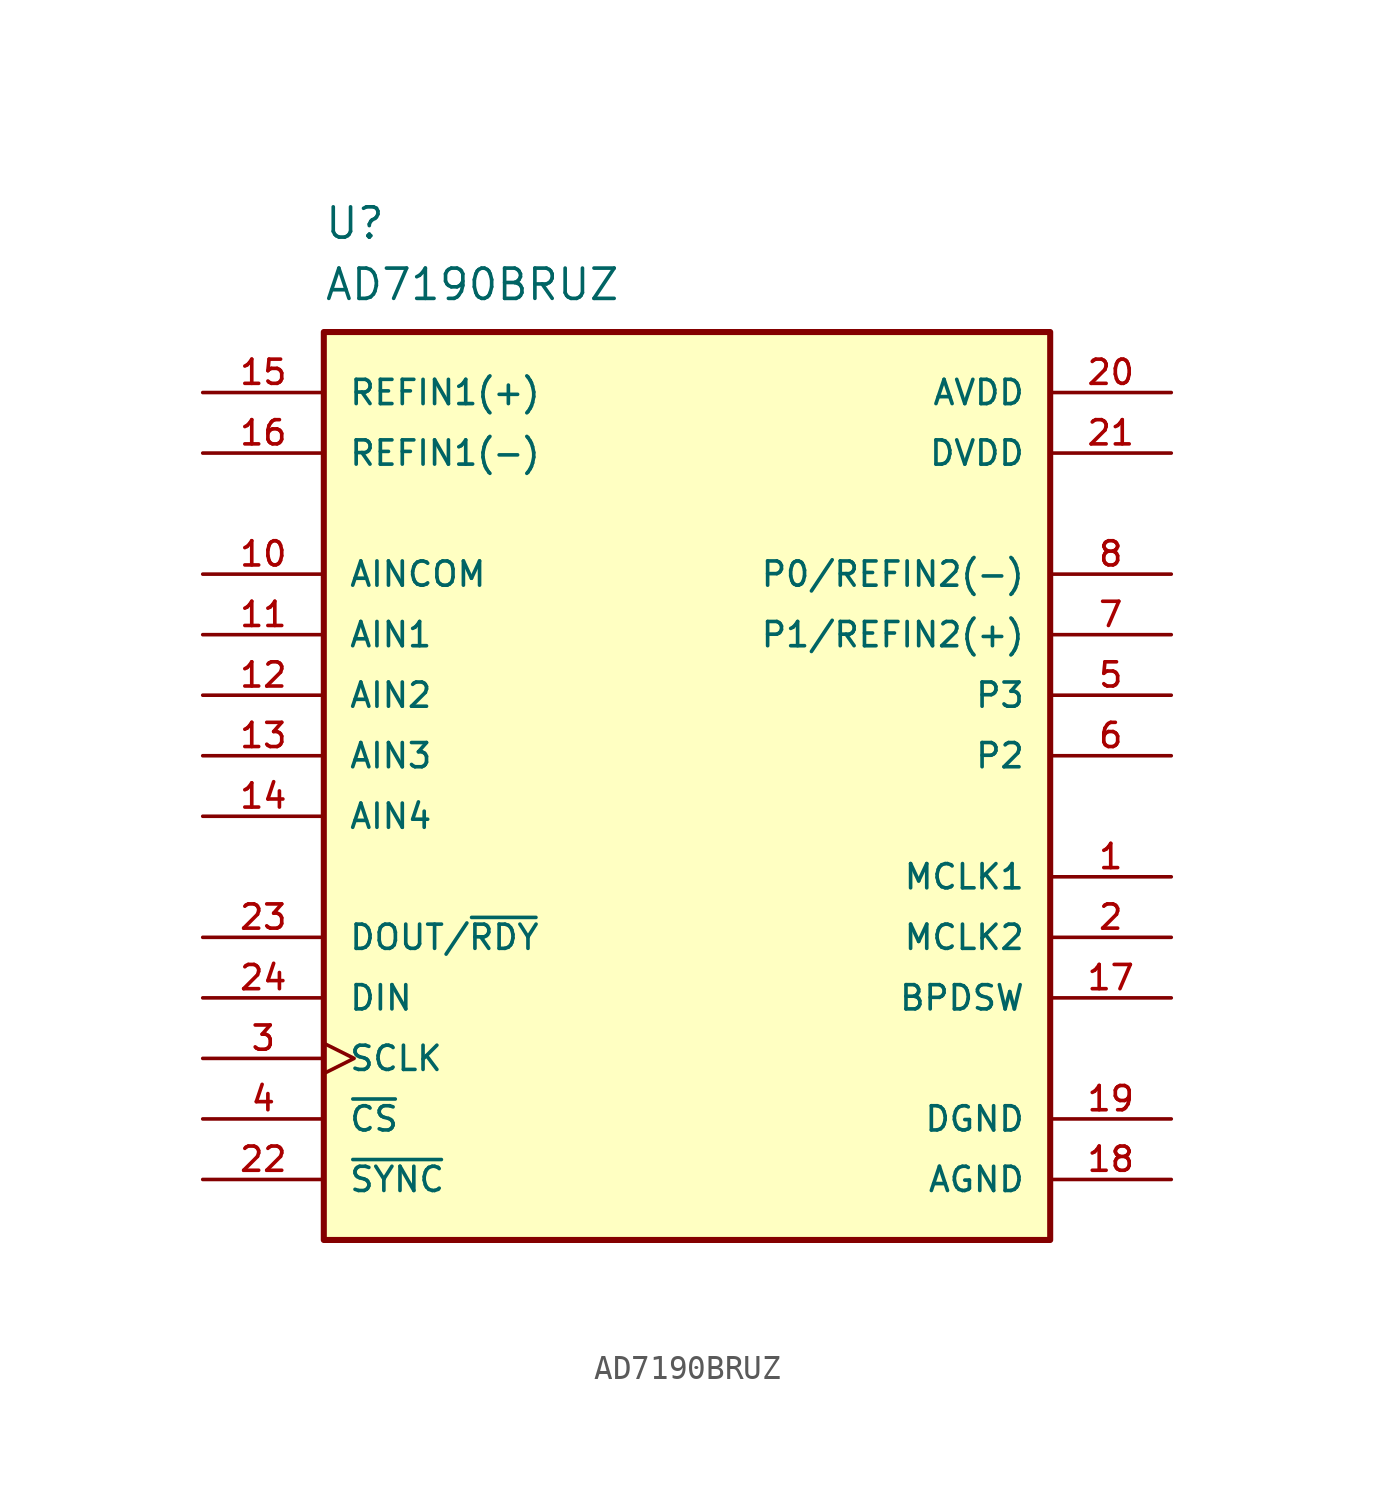
<source format=kicad_sym>
(kicad_symbol_lib
  (version 20231120)
  (generator "kicad_symbol_editor")
  (generator_version "8.0")
  (symbol "AD7190BRUZ"
    (pin_names
      (offset 1.016))
    (property "Reference" "U"
      (at -15.246 21.599 0)
      (effects (font (size 1.27 1.27)) (justify left bottom)))
    (property "Value" "AD7190BRUZ"
      (at -15.252 19.029 0)
      (effects (font (size 1.27 1.27)) (justify left bottom)))
    (symbol "AD7190BRUZ_0_0"
      (rectangle (start -15.24 17.78) (end 15.24 -20.32) (stroke (width 0.254) (type default)) (fill (type background)))
      (pin input line (at 20.32 -5.08 180) (length 5.08) (name "MCLK1" (effects (font (size 1.016 1.016)))) (number "1" (effects (font (size 1.016 1.016)))))
      (pin input line (at -20.32 7.62 0) (length 5.08) (name "AINCOM" (effects (font (size 1.016 1.016)))) (number "10" (effects (font (size 1.016 1.016)))))
      (pin input line (at -20.32 5.08 0) (length 5.08) (name "AIN1" (effects (font (size 1.016 1.016)))) (number "11" (effects (font (size 1.016 1.016)))))
      (pin input line (at -20.32 2.54 0) (length 5.08) (name "AIN2" (effects (font (size 1.016 1.016)))) (number "12" (effects (font (size 1.016 1.016)))))
      (pin input line (at -20.32 0 0) (length 5.08) (name "AIN3" (effects (font (size 1.016 1.016)))) (number "13" (effects (font (size 1.016 1.016)))))
      (pin input line (at -20.32 -2.54 0) (length 5.08) (name "AIN4" (effects (font (size 1.016 1.016)))) (number "14" (effects (font (size 1.016 1.016)))))
      (pin input line (at -20.32 15.24 0) (length 5.08) (name "REFIN1(+)" (effects (font (size 1.016 1.016)))) (number "15" (effects (font (size 1.016 1.016)))))
      (pin input line (at -20.32 12.7 0) (length 5.08) (name "REFIN1(-)" (effects (font (size 1.016 1.016)))) (number "16" (effects (font (size 1.016 1.016)))))
      (pin bidirectional line (at 20.32 -10.16 180) (length 5.08) (name "BPDSW" (effects (font (size 1.016 1.016)))) (number "17" (effects (font (size 1.016 1.016)))))
      (pin power_in line (at 20.32 -17.78 180) (length 5.08) (name "AGND" (effects (font (size 1.016 1.016)))) (number "18" (effects (font (size 1.016 1.016)))))
      (pin power_in line (at 20.32 -15.24 180) (length 5.08) (name "DGND" (effects (font (size 1.016 1.016)))) (number "19" (effects (font (size 1.016 1.016)))))
      (pin input line (at 20.32 -7.62 180) (length 5.08) (name "MCLK2" (effects (font (size 1.016 1.016)))) (number "2" (effects (font (size 1.016 1.016)))))
      (pin power_in line (at 20.32 15.24 180) (length 5.08) (name "AVDD" (effects (font (size 1.016 1.016)))) (number "20" (effects (font (size 1.016 1.016)))))
      (pin power_in line (at 20.32 12.7 180) (length 5.08) (name "DVDD" (effects (font (size 1.016 1.016)))) (number "21" (effects (font (size 1.016 1.016)))))
      (pin input line (at -20.32 -17.78 0) (length 5.08) (name "~{SYNC}" (effects (font (size 1.016 1.016)))) (number "22" (effects (font (size 1.016 1.016)))))
      (pin bidirectional line (at -20.32 -7.62 0) (length 5.08) (name "DOUT/~{RDY}" (effects (font (size 1.016 1.016)))) (number "23" (effects (font (size 1.016 1.016)))))
      (pin input line (at -20.32 -10.16 0) (length 5.08) (name "DIN" (effects (font (size 1.016 1.016)))) (number "24" (effects (font (size 1.016 1.016)))))
      (pin input clock (at -20.32 -12.7 0) (length 5.08) (name "SCLK" (effects (font (size 1.016 1.016)))) (number "3" (effects (font (size 1.016 1.016)))))
      (pin input line (at -20.32 -15.24 0) (length 5.08) (name "~{CS}" (effects (font (size 1.016 1.016)))) (number "4" (effects (font (size 1.016 1.016)))))
      (pin output line (at 20.32 2.54 180) (length 5.08) (name "P3" (effects (font (size 1.016 1.016)))) (number "5" (effects (font (size 1.016 1.016)))))
      (pin output line (at 20.32 0 180) (length 5.08) (name "P2" (effects (font (size 1.016 1.016)))) (number "6" (effects (font (size 1.016 1.016)))))
      (pin bidirectional line (at 20.32 5.08 180) (length 5.08) (name "P1/REFIN2(+)" (effects (font (size 1.016 1.016)))) (number "7" (effects (font (size 1.016 1.016)))))
      (pin bidirectional line (at 20.32 7.62 180) (length 5.08) (name "P0/REFIN2(-)" (effects (font (size 1.016 1.016)))) (number "8" (effects (font (size 1.016 1.016))))))))
</source>
